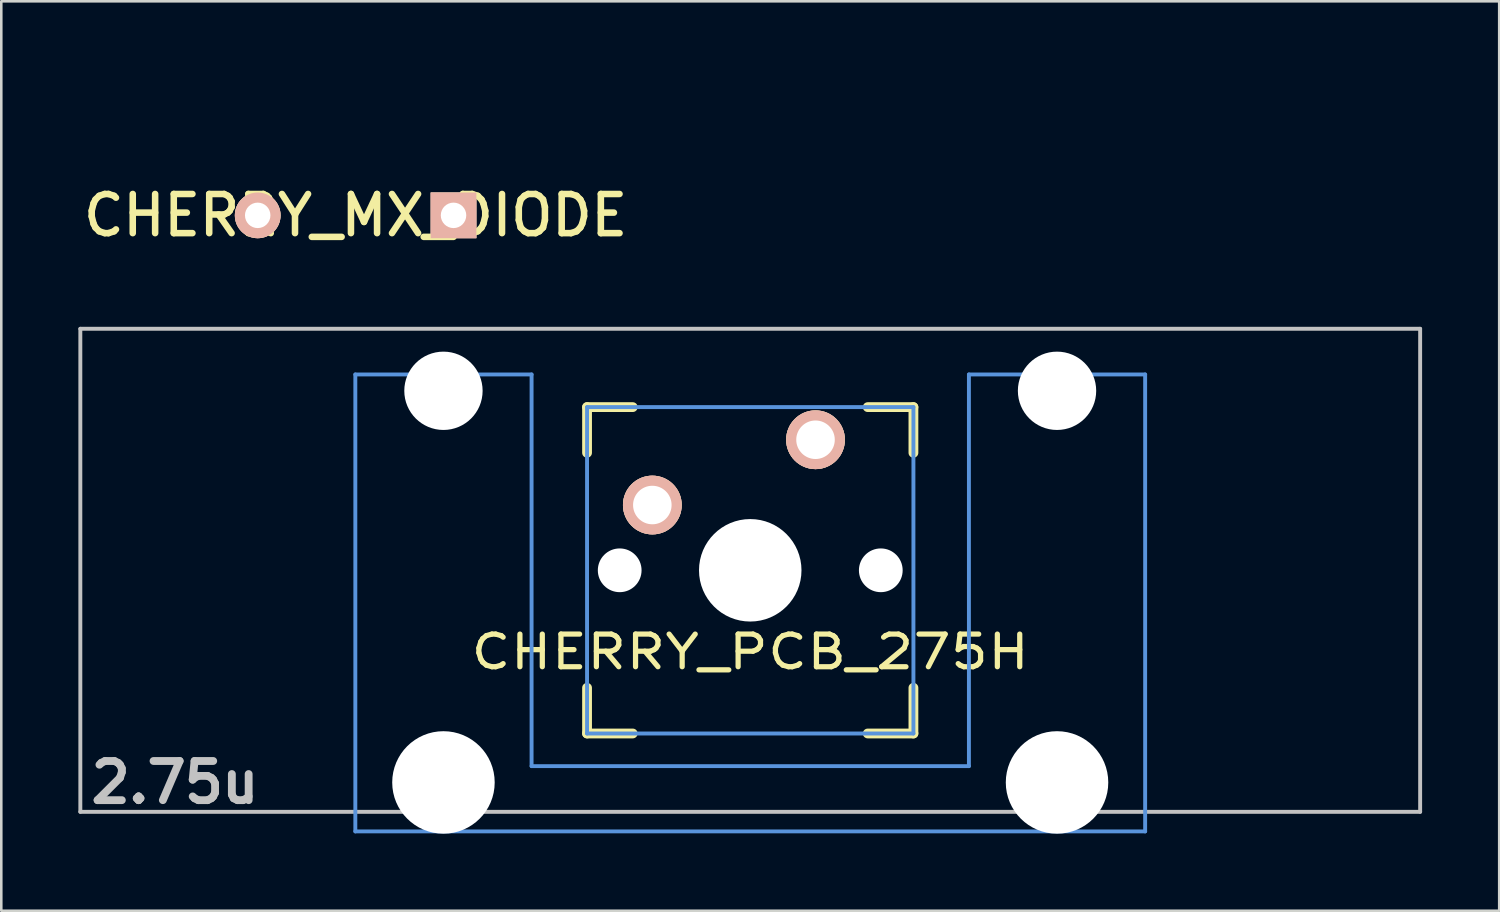
<source format=kicad_pcb>
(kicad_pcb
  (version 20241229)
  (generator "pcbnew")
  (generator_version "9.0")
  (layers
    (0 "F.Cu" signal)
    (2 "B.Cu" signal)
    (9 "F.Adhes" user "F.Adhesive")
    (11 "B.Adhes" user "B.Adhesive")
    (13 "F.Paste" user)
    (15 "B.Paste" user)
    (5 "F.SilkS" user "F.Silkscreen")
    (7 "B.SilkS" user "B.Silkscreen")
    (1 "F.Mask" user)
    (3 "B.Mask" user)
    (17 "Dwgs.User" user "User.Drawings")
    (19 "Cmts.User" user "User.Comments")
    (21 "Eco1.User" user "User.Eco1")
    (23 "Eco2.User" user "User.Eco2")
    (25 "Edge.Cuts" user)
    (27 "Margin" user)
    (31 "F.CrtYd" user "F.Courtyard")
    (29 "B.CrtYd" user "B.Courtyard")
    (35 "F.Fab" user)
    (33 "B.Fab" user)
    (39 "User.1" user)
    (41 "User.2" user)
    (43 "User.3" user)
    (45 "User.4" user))
  (footprint "CHERRY_PCB_275H"
    (layer "F.Cu")
    (at 26.144 19.142)
    (property "Reference" "CHERRY_PCB_275H" (at 0 3.175 0) (layer "F.SilkS") (effects (font (size 1.27 1.524) (thickness 0.203))))
    (attr through_hole)
    (fp_line (start -6.35 -6.35) (end -4.572 -6.35) (stroke (width 0.381) (type solid)) (layer "F.SilkS"))
    (fp_line (start -6.35 -4.572) (end -6.35 -6.35) (stroke (width 0.381) (type solid)) (layer "F.SilkS"))
    (fp_line (start -6.35 6.35) (end -6.35 4.572) (stroke (width 0.381) (type solid)) (layer "F.SilkS"))
    (fp_line (start -4.572 6.35) (end -6.35 6.35) (stroke (width 0.381) (type solid)) (layer "F.SilkS"))
    (fp_line (start 4.572 -6.35) (end 6.35 -6.35) (stroke (width 0.381) (type solid)) (layer "F.SilkS"))
    (fp_line (start 6.35 -6.35) (end 6.35 -4.572) (stroke (width 0.381) (type solid)) (layer "F.SilkS"))
    (fp_line (start 6.35 4.572) (end 6.35 6.35) (stroke (width 0.381) (type solid)) (layer "F.SilkS"))
    (fp_line (start 6.35 6.35) (end 4.572 6.35) (stroke (width 0.381) (type solid)) (layer "F.SilkS"))
    (fp_line (start -26.068 -9.398) (end 26.068 -9.398) (stroke (width 0.152) (type solid)) (layer "Dwgs.User"))
    (fp_line (start -26.068 9.398) (end -26.068 -9.398) (stroke (width 0.152) (type solid)) (layer "Dwgs.User"))
    (fp_line (start 26.068 -9.398) (end 26.068 9.398) (stroke (width 0.152) (type solid)) (layer "Dwgs.User"))
    (fp_line (start 26.068 9.398) (end -26.068 9.398) (stroke (width 0.152) (type solid)) (layer "Dwgs.User"))
    (fp_line (start -15.367 -7.62) (end -15.367 10.16) (stroke (width 0.152) (type solid)) (layer "Cmts.User"))
    (fp_line (start -15.367 10.16) (end 15.367 10.16) (stroke (width 0.152) (type solid)) (layer "Cmts.User"))
    (fp_line (start -8.509 -7.62) (end -15.367 -7.62) (stroke (width 0.152) (type solid)) (layer "Cmts.User"))
    (fp_line (start -8.509 7.62) (end -8.509 -7.62) (stroke (width 0.152) (type solid)) (layer "Cmts.User"))
    (fp_line (start -6.35 -6.35) (end 6.35 -6.35) (stroke (width 0.152) (type solid)) (layer "Cmts.User"))
    (fp_line (start -6.35 6.35) (end -6.35 -6.35) (stroke (width 0.152) (type solid)) (layer "Cmts.User"))
    (fp_line (start 6.35 -6.35) (end 6.35 6.35) (stroke (width 0.152) (type solid)) (layer "Cmts.User"))
    (fp_line (start 6.35 6.35) (end -6.35 6.35) (stroke (width 0.152) (type solid)) (layer "Cmts.User"))
    (fp_line (start 8.509 -7.62) (end 8.509 7.62) (stroke (width 0.152) (type solid)) (layer "Cmts.User"))
    (fp_line (start 8.509 7.62) (end -8.509 7.62) (stroke (width 0.152) (type solid)) (layer "Cmts.User"))
    (fp_line (start 15.367 -7.62) (end 8.509 -7.62) (stroke (width 0.152) (type solid)) (layer "Cmts.User"))
    (fp_line (start 15.367 10.16) (end 15.367 -7.62) (stroke (width 0.152) (type solid)) (layer "Cmts.User"))
    (fp_line (start -16.129 -2.286) (end -15.265 -2.286) (stroke (width 0.152) (type solid)) (layer "Eco2.User"))
    (fp_line (start -16.129 0.508) (end -16.129 -2.286) (stroke (width 0.152) (type solid)) (layer "Eco2.User"))
    (fp_line (start -15.265 -5.69) (end -8.611 -5.69) (stroke (width 0.152) (type solid)) (layer "Eco2.User"))
    (fp_line (start -15.265 -2.286) (end -15.265 -5.69) (stroke (width 0.152) (type solid)) (layer "Eco2.User"))
    (fp_line (start -15.265 0.508) (end -16.129 0.508) (stroke (width 0.152) (type solid)) (layer "Eco2.User"))
    (fp_line (start -15.265 6.604) (end -15.265 0.508) (stroke (width 0.152) (type solid)) (layer "Eco2.User"))
    (fp_line (start -14.224 6.604) (end -15.265 6.604) (stroke (width 0.152) (type solid)) (layer "Eco2.User"))
    (fp_line (start -14.224 7.772) (end -14.224 6.604) (stroke (width 0.152) (type solid)) (layer "Eco2.User"))
    (fp_line (start -9.652 6.604) (end -9.652 7.772) (stroke (width 0.152) (type solid)) (layer "Eco2.User"))
    (fp_line (start -9.652 7.772) (end -14.224 7.772) (stroke (width 0.152) (type solid)) (layer "Eco2.User"))
    (fp_line (start -8.611 -5.69) (end -8.611 -4.877) (stroke (width 0.152) (type solid)) (layer "Eco2.User"))
    (fp_line (start -8.611 -4.877) (end -6.985 -4.877) (stroke (width 0.152) (type solid)) (layer "Eco2.User"))
    (fp_line (start -8.611 5.817) (end -8.611 6.604) (stroke (width 0.152) (type solid)) (layer "Eco2.User"))
    (fp_line (start -8.611 6.604) (end -9.652 6.604) (stroke (width 0.152) (type solid)) (layer "Eco2.User"))
    (fp_line (start -6.985 -6.985) (end 6.985 -6.985) (stroke (width 0.152) (type solid)) (layer "Eco2.User"))
    (fp_line (start -6.985 -4.877) (end -6.985 -6.985) (stroke (width 0.152) (type solid)) (layer "Eco2.User"))
    (fp_line (start -6.985 5.817) (end -8.611 5.817) (stroke (width 0.152) (type solid)) (layer "Eco2.User"))
    (fp_line (start -6.985 6.985) (end -6.985 5.817) (stroke (width 0.152) (type solid)) (layer "Eco2.User"))
    (fp_line (start 6.985 -6.985) (end 6.985 -4.877) (stroke (width 0.152) (type solid)) (layer "Eco2.User"))
    (fp_line (start 6.985 -4.877) (end 8.611 -4.877) (stroke (width 0.152) (type solid)) (layer "Eco2.User"))
    (fp_line (start 6.985 5.817) (end 6.985 6.985) (stroke (width 0.152) (type solid)) (layer "Eco2.User"))
    (fp_line (start 6.985 6.985) (end -6.985 6.985) (stroke (width 0.152) (type solid)) (layer "Eco2.User"))
    (fp_line (start 8.611 -5.69) (end 15.265 -5.69) (stroke (width 0.152) (type solid)) (layer "Eco2.User"))
    (fp_line (start 8.611 -4.877) (end 8.611 -5.69) (stroke (width 0.152) (type solid)) (layer "Eco2.User"))
    (fp_line (start 8.611 5.817) (end 6.985 5.817) (stroke (width 0.152) (type solid)) (layer "Eco2.User"))
    (fp_line (start 8.611 6.604) (end 8.611 5.817) (stroke (width 0.152) (type solid)) (layer "Eco2.User"))
    (fp_line (start 9.652 6.604) (end 8.611 6.604) (stroke (width 0.152) (type solid)) (layer "Eco2.User"))
    (fp_line (start 9.652 7.772) (end 9.652 6.604) (stroke (width 0.152) (type solid)) (layer "Eco2.User"))
    (fp_line (start 14.224 6.604) (end 14.224 7.772) (stroke (width 0.152) (type solid)) (layer "Eco2.User"))
    (fp_line (start 14.224 7.772) (end 9.652 7.772) (stroke (width 0.152) (type solid)) (layer "Eco2.User"))
    (fp_line (start 15.265 -5.69) (end 15.265 -2.286) (stroke (width 0.152) (type solid)) (layer "Eco2.User"))
    (fp_line (start 15.265 -2.286) (end 16.129 -2.286) (stroke (width 0.152) (type solid)) (layer "Eco2.User"))
    (fp_line (start 15.265 0.508) (end 15.265 6.604) (stroke (width 0.152) (type solid)) (layer "Eco2.User"))
    (fp_line (start 15.265 6.604) (end 14.224 6.604) (stroke (width 0.152) (type solid)) (layer "Eco2.User"))
    (fp_line (start 16.129 -2.286) (end 16.129 0.508) (stroke (width 0.152) (type solid)) (layer "Eco2.User"))
    (fp_line (start 16.129 0.508) (end 15.265 0.508) (stroke (width 0.152) (type solid)) (layer "Eco2.User"))
    (fp_text user "2.75u" (at -22.385 8.255 0) (layer "Dwgs.User") (effects (font (size 1.524 1.524) (thickness 0.305))))
    (pad "" np_thru_hole circle (at -11.938 -6.985) (size 3.048 3.048) (drill 3.048) (layers "*.Cu"))
    (pad "" np_thru_hole circle (at -11.938 8.255) (size 3.988 3.988) (drill 3.988) (layers "*.Cu"))
    (pad "" np_thru_hole circle (at -5.08 0) (size 1.702 1.702) (drill 1.702) (layers "*.Cu"))
    (pad "" np_thru_hole circle (at 0 0) (size 3.988 3.988) (drill 3.988) (layers "*.Cu"))
    (pad "" np_thru_hole circle (at 5.08 0) (size 1.702 1.702) (drill 1.702) (layers "*.Cu"))
    (pad "" np_thru_hole circle (at 11.938 -6.985) (size 3.048 3.048) (drill 3.048) (layers "*.Cu"))
    (pad "" np_thru_hole circle (at 11.938 8.255) (size 3.988 3.988) (drill 3.988) (layers "*.Cu"))
    (pad "1" thru_hole circle (at 2.54 -5.08) (size 2.286 2.286) (drill 1.499) (layers "*.Cu" "*.SilkS" "*.Mask"))
    (pad "2" thru_hole circle (at -3.81 -2.54) (size 2.286 2.286) (drill 1.499) (layers "*.Cu" "*.SilkS" "*.Mask")))
  (footprint "CHERRY_MX_DIODE"
    (layer "F.Cu")
    (at 10.788 0.25)
    (property "Reference" "CHERRY_MX_DIODE" (at 0 5.08 0) (layer "F.SilkS") (effects (font (size 1.524 1.524) (thickness 0.254))))
    (attr through_hole)
    (pad "1" thru_hole circle (at -3.81 5.08) (size 1.778 1.778) (drill 0.991) (layers "*.Cu" "*.SilkS" "*.Mask"))
    (pad "2" thru_hole rect (at 3.81 5.08) (size 1.778 1.778) (drill 0.991) (layers "*.Cu" "*.SilkS" "*.Mask")))
  (gr_rect
    (start -3 -3)
    (end 55.288 32.39)
    (stroke (width 0.1) (type default))
    (fill no)
    (layer "Edge.Cuts")))
</source>
